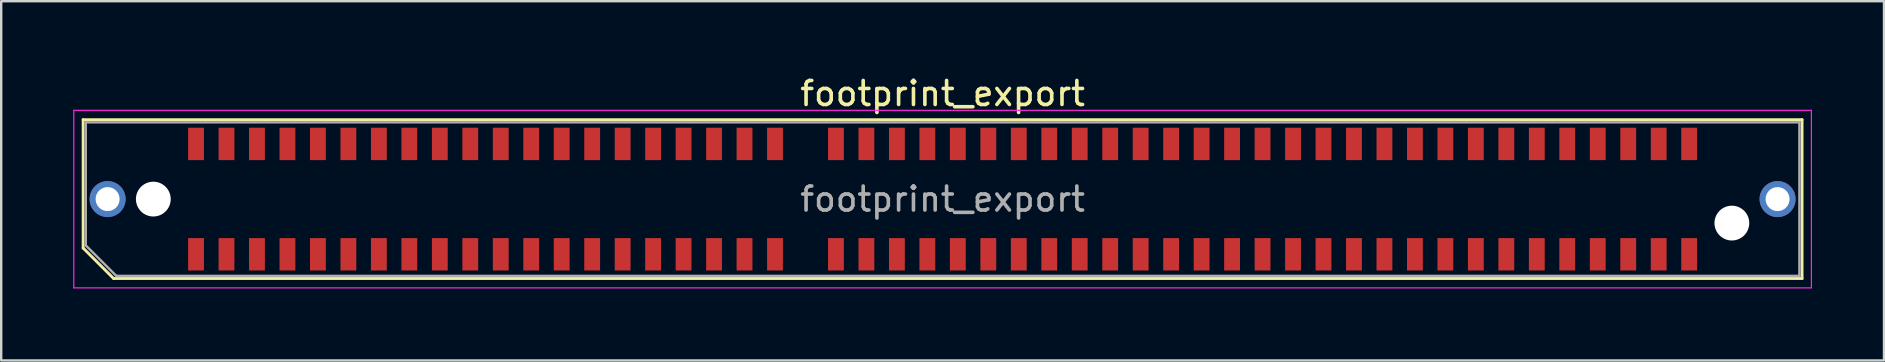
<source format=kicad_pcb>
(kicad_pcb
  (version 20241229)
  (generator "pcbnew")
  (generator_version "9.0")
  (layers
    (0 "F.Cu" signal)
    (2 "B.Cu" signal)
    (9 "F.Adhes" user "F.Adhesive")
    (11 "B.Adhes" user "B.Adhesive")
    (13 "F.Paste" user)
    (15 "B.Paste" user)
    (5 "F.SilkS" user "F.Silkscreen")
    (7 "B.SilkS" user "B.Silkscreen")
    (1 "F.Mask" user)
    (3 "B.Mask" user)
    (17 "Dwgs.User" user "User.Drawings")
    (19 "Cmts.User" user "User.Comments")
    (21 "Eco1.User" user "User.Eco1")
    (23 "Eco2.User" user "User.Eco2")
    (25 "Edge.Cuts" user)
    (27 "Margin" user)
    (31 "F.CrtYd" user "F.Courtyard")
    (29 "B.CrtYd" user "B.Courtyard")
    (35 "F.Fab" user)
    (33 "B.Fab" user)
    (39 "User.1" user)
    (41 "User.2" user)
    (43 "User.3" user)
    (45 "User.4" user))
  (footprint "footprint_export"
    (layer "F.Cu")
    (at 36.235 5.248)
    (property "Reference" "footprint_export" (at 0 -4.4 0) (layer "F.SilkS") (effects (font (size 1 1) (thickness 0.15))))
    (attr smd)
    (fp_line (start -35.82 -3.31) (end 35.82 -3.31) (stroke (width 0.12) (type solid)) (layer "F.SilkS"))
    (fp_line (start -35.82 2.04) (end -35.82 -3.31) (stroke (width 0.12) (type solid)) (layer "F.SilkS"))
    (fp_line (start -34.55 3.31) (end -35.82 2.04) (stroke (width 0.12) (type solid)) (layer "F.SilkS"))
    (fp_line (start -34.55 3.31) (end 35.82 3.31) (stroke (width 0.12) (type solid)) (layer "F.SilkS"))
    (fp_line (start 35.82 3.31) (end 35.82 -3.31) (stroke (width 0.12) (type solid)) (layer "F.SilkS"))
    (fp_line (start -36.21 -3.7) (end -36.21 3.7) (stroke (width 0.05) (type solid)) (layer "F.CrtYd"))
    (fp_line (start -36.21 3.7) (end 36.21 3.7) (stroke (width 0.05) (type solid)) (layer "F.CrtYd"))
    (fp_line (start 36.21 -3.7) (end -36.21 -3.7) (stroke (width 0.05) (type solid)) (layer "F.CrtYd"))
    (fp_line (start 36.21 3.7) (end 36.21 -3.7) (stroke (width 0.05) (type solid)) (layer "F.CrtYd"))
    (fp_line (start -35.71 -3.2) (end 35.71 -3.2) (stroke (width 0.1) (type solid)) (layer "F.Fab"))
    (fp_line (start -35.71 1.93) (end -35.71 -3.2) (stroke (width 0.1) (type solid)) (layer "F.Fab"))
    (fp_line (start -35.71 1.93) (end -34.44 3.2) (stroke (width 0.1) (type solid)) (layer "F.Fab"))
    (fp_line (start -34.44 3.2) (end 35.71 3.2) (stroke (width 0.1) (type solid)) (layer "F.Fab"))
    (fp_line (start 35.71 3.2) (end 35.71 -3.2) (stroke (width 0.1) (type solid)) (layer "F.Fab"))
    (fp_text user "${REFERENCE}" (at 0 0 0) (layer "F.Fab") (effects (font (size 1 1) (thickness 0.15))))
    (pad "" thru_hole circle (at -34.8 0) (size 1.5 1.5) (drill 1) (layers "*.Cu" "*.Mask"))
    (pad "" np_thru_hole circle (at -32.895 0) (size 1.45 1.45) (drill 1.45) (layers "*.Cu" "*.Mask"))
    (pad "" np_thru_hole circle (at 32.895 1) (size 1.45 1.45) (drill 1.45) (layers "*.Cu" "*.Mask"))
    (pad "" thru_hole circle (at 34.8 0) (size 1.5 1.5) (drill 1) (layers "*.Cu" "*.Mask"))
    (pad "1" smd rect (at -31.115 2.3) (size 0.66 1.35) (layers "F.Cu" "F.Mask" "F.Paste"))
    (pad "2" smd rect (at -31.115 -2.3) (size 0.66 1.35) (layers "F.Cu" "F.Mask" "F.Paste"))
    (pad "3" smd rect (at -29.845 2.3) (size 0.66 1.35) (layers "F.Cu" "F.Mask" "F.Paste"))
    (pad "4" smd rect (at -29.845 -2.3) (size 0.66 1.35) (layers "F.Cu" "F.Mask" "F.Paste"))
    (pad "5" smd rect (at -28.575 2.3) (size 0.66 1.35) (layers "F.Cu" "F.Mask" "F.Paste"))
    (pad "6" smd rect (at -28.575 -2.3) (size 0.66 1.35) (layers "F.Cu" "F.Mask" "F.Paste"))
    (pad "7" smd rect (at -27.305 2.3) (size 0.66 1.35) (layers "F.Cu" "F.Mask" "F.Paste"))
    (pad "8" smd rect (at -27.305 -2.3) (size 0.66 1.35) (layers "F.Cu" "F.Mask" "F.Paste"))
    (pad "9" smd rect (at -26.035 2.3) (size 0.66 1.35) (layers "F.Cu" "F.Mask" "F.Paste"))
    (pad "10" smd rect (at -26.035 -2.3) (size 0.66 1.35) (layers "F.Cu" "F.Mask" "F.Paste"))
    (pad "11" smd rect (at -24.765 2.3) (size 0.66 1.35) (layers "F.Cu" "F.Mask" "F.Paste"))
    (pad "12" smd rect (at -24.765 -2.3) (size 0.66 1.35) (layers "F.Cu" "F.Mask" "F.Paste"))
    (pad "13" smd rect (at -23.495 2.3) (size 0.66 1.35) (layers "F.Cu" "F.Mask" "F.Paste"))
    (pad "14" smd rect (at -23.495 -2.3) (size 0.66 1.35) (layers "F.Cu" "F.Mask" "F.Paste"))
    (pad "15" smd rect (at -22.225 2.3) (size 0.66 1.35) (layers "F.Cu" "F.Mask" "F.Paste"))
    (pad "16" smd rect (at -22.225 -2.3) (size 0.66 1.35) (layers "F.Cu" "F.Mask" "F.Paste"))
    (pad "17" smd rect (at -20.955 2.3) (size 0.66 1.35) (layers "F.Cu" "F.Mask" "F.Paste"))
    (pad "18" smd rect (at -20.955 -2.3) (size 0.66 1.35) (layers "F.Cu" "F.Mask" "F.Paste"))
    (pad "19" smd rect (at -19.685 2.3) (size 0.66 1.35) (layers "F.Cu" "F.Mask" "F.Paste"))
    (pad "20" smd rect (at -19.685 -2.3) (size 0.66 1.35) (layers "F.Cu" "F.Mask" "F.Paste"))
    (pad "21" smd rect (at -18.415 2.3) (size 0.66 1.35) (layers "F.Cu" "F.Mask" "F.Paste"))
    (pad "22" smd rect (at -18.415 -2.3) (size 0.66 1.35) (layers "F.Cu" "F.Mask" "F.Paste"))
    (pad "23" smd rect (at -17.145 2.3) (size 0.66 1.35) (layers "F.Cu" "F.Mask" "F.Paste"))
    (pad "24" smd rect (at -17.145 -2.3) (size 0.66 1.35) (layers "F.Cu" "F.Mask" "F.Paste"))
    (pad "25" smd rect (at -15.875 2.3) (size 0.66 1.35) (layers "F.Cu" "F.Mask" "F.Paste"))
    (pad "26" smd rect (at -15.875 -2.3) (size 0.66 1.35) (layers "F.Cu" "F.Mask" "F.Paste"))
    (pad "27" smd rect (at -14.605 2.3) (size 0.66 1.35) (layers "F.Cu" "F.Mask" "F.Paste"))
    (pad "28" smd rect (at -14.605 -2.3) (size 0.66 1.35) (layers "F.Cu" "F.Mask" "F.Paste"))
    (pad "29" smd rect (at -13.335 2.3) (size 0.66 1.35) (layers "F.Cu" "F.Mask" "F.Paste"))
    (pad "30" smd rect (at -13.335 -2.3) (size 0.66 1.35) (layers "F.Cu" "F.Mask" "F.Paste"))
    (pad "31" smd rect (at -12.065 2.3) (size 0.66 1.35) (layers "F.Cu" "F.Mask" "F.Paste"))
    (pad "32" smd rect (at -12.065 -2.3) (size 0.66 1.35) (layers "F.Cu" "F.Mask" "F.Paste"))
    (pad "33" smd rect (at -10.795 2.3) (size 0.66 1.35) (layers "F.Cu" "F.Mask" "F.Paste"))
    (pad "34" smd rect (at -10.795 -2.3) (size 0.66 1.35) (layers "F.Cu" "F.Mask" "F.Paste"))
    (pad "35" smd rect (at -9.525 2.3) (size 0.66 1.35) (layers "F.Cu" "F.Mask" "F.Paste"))
    (pad "36" smd rect (at -9.525 -2.3) (size 0.66 1.35) (layers "F.Cu" "F.Mask" "F.Paste"))
    (pad "37" smd rect (at -8.255 2.3) (size 0.66 1.35) (layers "F.Cu" "F.Mask" "F.Paste"))
    (pad "38" smd rect (at -8.255 -2.3) (size 0.66 1.35) (layers "F.Cu" "F.Mask" "F.Paste"))
    (pad "39" smd rect (at -6.985 2.3) (size 0.66 1.35) (layers "F.Cu" "F.Mask" "F.Paste"))
    (pad "40" smd rect (at -6.985 -2.3) (size 0.66 1.35) (layers "F.Cu" "F.Mask" "F.Paste"))
    (pad "43" smd rect (at -4.445 2.3) (size 0.66 1.35) (layers "F.Cu" "F.Mask" "F.Paste"))
    (pad "44" smd rect (at -4.445 -2.3) (size 0.66 1.35) (layers "F.Cu" "F.Mask" "F.Paste"))
    (pad "45" smd rect (at -3.175 2.3) (size 0.66 1.35) (layers "F.Cu" "F.Mask" "F.Paste"))
    (pad "46" smd rect (at -3.175 -2.3) (size 0.66 1.35) (layers "F.Cu" "F.Mask" "F.Paste"))
    (pad "47" smd rect (at -1.905 2.3) (size 0.66 1.35) (layers "F.Cu" "F.Mask" "F.Paste"))
    (pad "48" smd rect (at -1.905 -2.3) (size 0.66 1.35) (layers "F.Cu" "F.Mask" "F.Paste"))
    (pad "49" smd rect (at -0.635 2.3) (size 0.66 1.35) (layers "F.Cu" "F.Mask" "F.Paste"))
    (pad "50" smd rect (at -0.635 -2.3) (size 0.66 1.35) (layers "F.Cu" "F.Mask" "F.Paste"))
    (pad "51" smd rect (at 0.635 2.3) (size 0.66 1.35) (layers "F.Cu" "F.Mask" "F.Paste"))
    (pad "52" smd rect (at 0.635 -2.3) (size 0.66 1.35) (layers "F.Cu" "F.Mask" "F.Paste"))
    (pad "53" smd rect (at 1.905 2.3) (size 0.66 1.35) (layers "F.Cu" "F.Mask" "F.Paste"))
    (pad "54" smd rect (at 1.905 -2.3) (size 0.66 1.35) (layers "F.Cu" "F.Mask" "F.Paste"))
    (pad "55" smd rect (at 3.175 2.3) (size 0.66 1.35) (layers "F.Cu" "F.Mask" "F.Paste"))
    (pad "56" smd rect (at 3.175 -2.3) (size 0.66 1.35) (layers "F.Cu" "F.Mask" "F.Paste"))
    (pad "57" smd rect (at 4.445 2.3) (size 0.66 1.35) (layers "F.Cu" "F.Mask" "F.Paste"))
    (pad "58" smd rect (at 4.445 -2.3) (size 0.66 1.35) (layers "F.Cu" "F.Mask" "F.Paste"))
    (pad "59" smd rect (at 5.715 2.3) (size 0.66 1.35) (layers "F.Cu" "F.Mask" "F.Paste"))
    (pad "60" smd rect (at 5.715 -2.3) (size 0.66 1.35) (layers "F.Cu" "F.Mask" "F.Paste"))
    (pad "61" smd rect (at 6.985 2.3) (size 0.66 1.35) (layers "F.Cu" "F.Mask" "F.Paste"))
    (pad "62" smd rect (at 6.985 -2.3) (size 0.66 1.35) (layers "F.Cu" "F.Mask" "F.Paste"))
    (pad "63" smd rect (at 8.255 2.3) (size 0.66 1.35) (layers "F.Cu" "F.Mask" "F.Paste"))
    (pad "64" smd rect (at 8.255 -2.3) (size 0.66 1.35) (layers "F.Cu" "F.Mask" "F.Paste"))
    (pad "65" smd rect (at 9.525 2.3) (size 0.66 1.35) (layers "F.Cu" "F.Mask" "F.Paste"))
    (pad "66" smd rect (at 9.525 -2.3) (size 0.66 1.35) (layers "F.Cu" "F.Mask" "F.Paste"))
    (pad "67" smd rect (at 10.795 2.3) (size 0.66 1.35) (layers "F.Cu" "F.Mask" "F.Paste"))
    (pad "68" smd rect (at 10.795 -2.3) (size 0.66 1.35) (layers "F.Cu" "F.Mask" "F.Paste"))
    (pad "69" smd rect (at 12.065 2.3) (size 0.66 1.35) (layers "F.Cu" "F.Mask" "F.Paste"))
    (pad "70" smd rect (at 12.065 -2.3) (size 0.66 1.35) (layers "F.Cu" "F.Mask" "F.Paste"))
    (pad "71" smd rect (at 13.335 2.3) (size 0.66 1.35) (layers "F.Cu" "F.Mask" "F.Paste"))
    (pad "72" smd rect (at 13.335 -2.3) (size 0.66 1.35) (layers "F.Cu" "F.Mask" "F.Paste"))
    (pad "73" smd rect (at 14.605 2.3) (size 0.66 1.35) (layers "F.Cu" "F.Mask" "F.Paste"))
    (pad "74" smd rect (at 14.605 -2.3) (size 0.66 1.35) (layers "F.Cu" "F.Mask" "F.Paste"))
    (pad "75" smd rect (at 15.875 2.3) (size 0.66 1.35) (layers "F.Cu" "F.Mask" "F.Paste"))
    (pad "76" smd rect (at 15.875 -2.3) (size 0.66 1.35) (layers "F.Cu" "F.Mask" "F.Paste"))
    (pad "77" smd rect (at 17.145 2.3) (size 0.66 1.35) (layers "F.Cu" "F.Mask" "F.Paste"))
    (pad "78" smd rect (at 17.145 -2.3) (size 0.66 1.35) (layers "F.Cu" "F.Mask" "F.Paste"))
    (pad "79" smd rect (at 18.415 2.3) (size 0.66 1.35) (layers "F.Cu" "F.Mask" "F.Paste"))
    (pad "80" smd rect (at 18.415 -2.3) (size 0.66 1.35) (layers "F.Cu" "F.Mask" "F.Paste"))
    (pad "81" smd rect (at 19.685 2.3) (size 0.66 1.35) (layers "F.Cu" "F.Mask" "F.Paste"))
    (pad "82" smd rect (at 19.685 -2.3) (size 0.66 1.35) (layers "F.Cu" "F.Mask" "F.Paste"))
    (pad "83" smd rect (at 20.955 2.3) (size 0.66 1.35) (layers "F.Cu" "F.Mask" "F.Paste"))
    (pad "84" smd rect (at 20.955 -2.3) (size 0.66 1.35) (layers "F.Cu" "F.Mask" "F.Paste"))
    (pad "85" smd rect (at 22.225 2.3) (size 0.66 1.35) (layers "F.Cu" "F.Mask" "F.Paste"))
    (pad "86" smd rect (at 22.225 -2.3) (size 0.66 1.35) (layers "F.Cu" "F.Mask" "F.Paste"))
    (pad "87" smd rect (at 23.495 2.3) (size 0.66 1.35) (layers "F.Cu" "F.Mask" "F.Paste"))
    (pad "88" smd rect (at 23.495 -2.3) (size 0.66 1.35) (layers "F.Cu" "F.Mask" "F.Paste"))
    (pad "89" smd rect (at 24.765 2.3) (size 0.66 1.35) (layers "F.Cu" "F.Mask" "F.Paste"))
    (pad "90" smd rect (at 24.765 -2.3) (size 0.66 1.35) (layers "F.Cu" "F.Mask" "F.Paste"))
    (pad "91" smd rect (at 26.035 2.3) (size 0.66 1.35) (layers "F.Cu" "F.Mask" "F.Paste"))
    (pad "92" smd rect (at 26.035 -2.3) (size 0.66 1.35) (layers "F.Cu" "F.Mask" "F.Paste"))
    (pad "93" smd rect (at 27.305 2.3) (size 0.66 1.35) (layers "F.Cu" "F.Mask" "F.Paste"))
    (pad "94" smd rect (at 27.305 -2.3) (size 0.66 1.35) (layers "F.Cu" "F.Mask" "F.Paste"))
    (pad "95" smd rect (at 28.575 2.3) (size 0.66 1.35) (layers "F.Cu" "F.Mask" "F.Paste"))
    (pad "96" smd rect (at 28.575 -2.3) (size 0.66 1.35) (layers "F.Cu" "F.Mask" "F.Paste"))
    (pad "97" smd rect (at 29.845 2.3) (size 0.66 1.35) (layers "F.Cu" "F.Mask" "F.Paste"))
    (pad "98" smd rect (at 29.845 -2.3) (size 0.66 1.35) (layers "F.Cu" "F.Mask" "F.Paste"))
    (pad "99" smd rect (at 31.115 2.3) (size 0.66 1.35) (layers "F.Cu" "F.Mask" "F.Paste"))
    (pad "100" smd rect (at 31.115 -2.3) (size 0.66 1.35) (layers "F.Cu" "F.Mask" "F.Paste")))
  (gr_rect
    (start -3 -3)
    (end 75.47 11.973)
    (stroke (width 0.1) (type default))
    (fill no)
    (layer "Edge.Cuts")))
</source>
